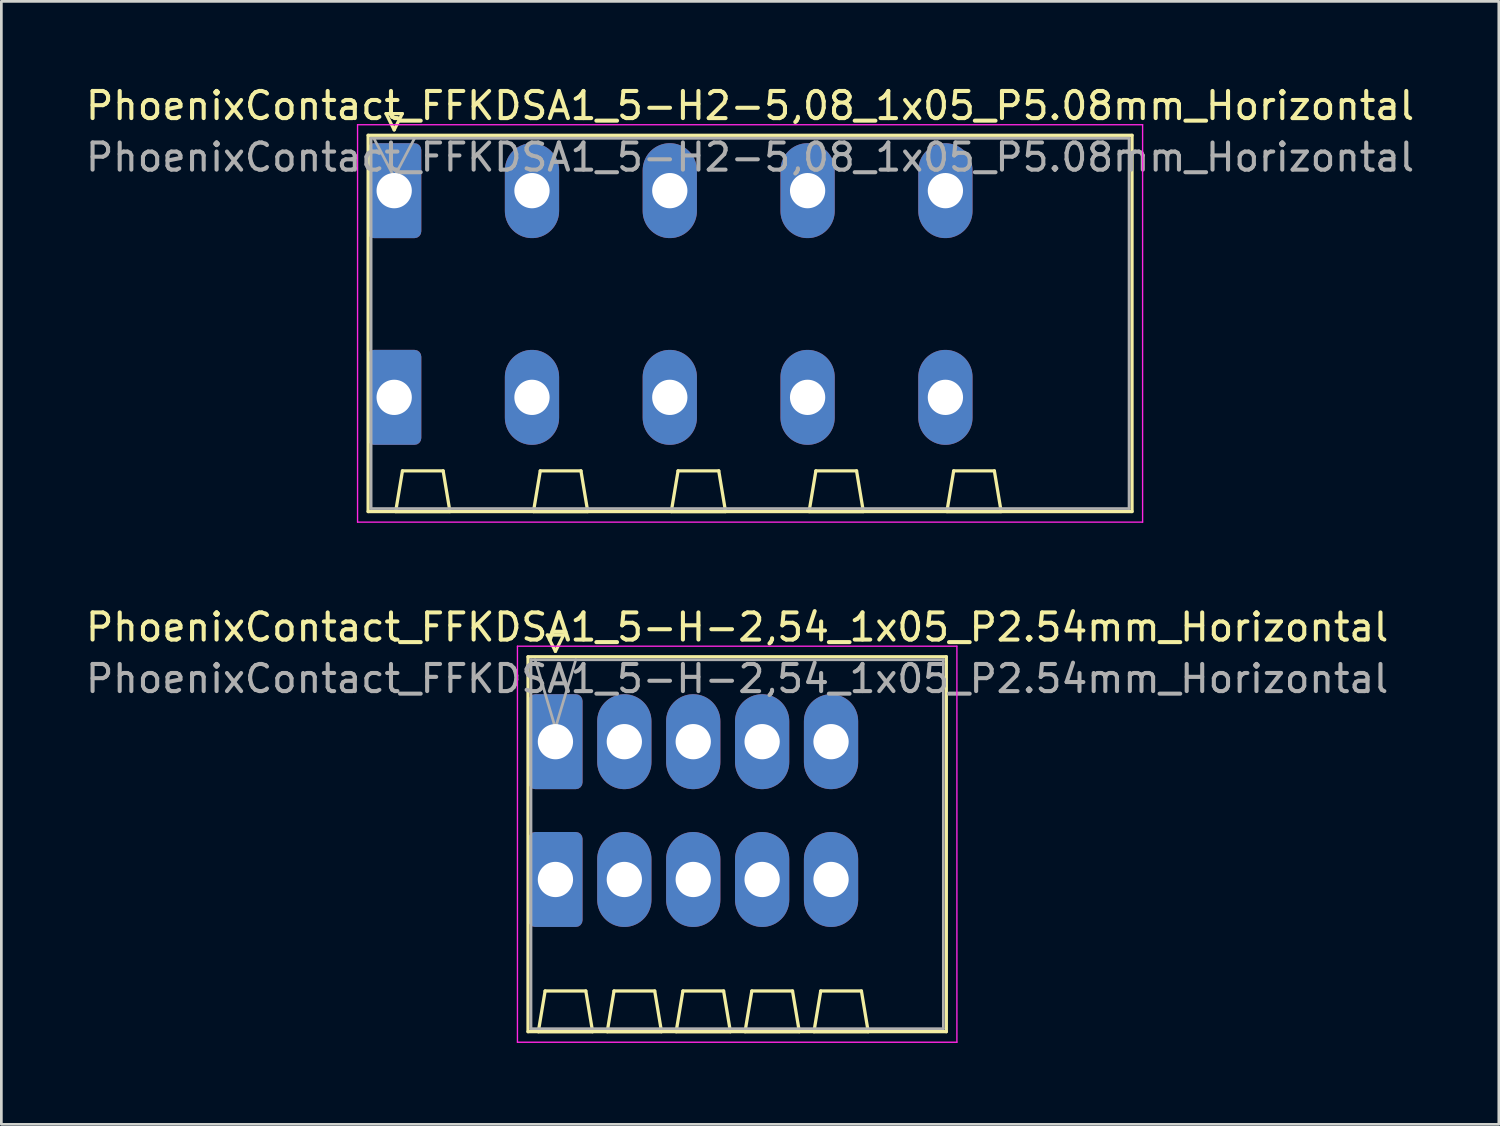
<source format=kicad_pcb>
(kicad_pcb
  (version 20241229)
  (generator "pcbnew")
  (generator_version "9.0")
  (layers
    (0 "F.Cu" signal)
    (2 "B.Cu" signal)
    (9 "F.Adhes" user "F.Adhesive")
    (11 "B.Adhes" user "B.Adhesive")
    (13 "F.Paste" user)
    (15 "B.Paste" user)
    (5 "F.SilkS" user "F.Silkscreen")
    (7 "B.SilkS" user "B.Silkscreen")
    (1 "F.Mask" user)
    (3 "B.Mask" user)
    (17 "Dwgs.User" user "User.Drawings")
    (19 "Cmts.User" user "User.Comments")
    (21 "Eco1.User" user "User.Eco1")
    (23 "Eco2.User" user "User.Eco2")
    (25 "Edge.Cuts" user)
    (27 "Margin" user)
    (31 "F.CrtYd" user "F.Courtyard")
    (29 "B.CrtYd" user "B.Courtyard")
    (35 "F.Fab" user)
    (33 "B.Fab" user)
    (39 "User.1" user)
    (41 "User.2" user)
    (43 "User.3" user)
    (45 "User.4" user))
  (footprint "PhoenixContact_FFKDSA1_5-H-2,54_1x05_P2.54mm_Horizontal"
    (layer "F.Cu")
    (at 17.425 24.291)
    (property "Reference" "PhoenixContact_FFKDSA1_5-H-2,54_1x05_P2.54mm_Horizontal" (at 6.7 -4.22 0) (layer "F.SilkS") (effects (font (size 1 1) (thickness 0.15))))
    (attr through_hole)
    (fp_line (start -1.01 -3.13) (end -1.01 10.69) (stroke (width 0.12) (type solid)) (layer "F.SilkS"))
    (fp_line (start -1.01 10.69) (end 14.41 10.69) (stroke (width 0.12) (type solid)) (layer "F.SilkS"))
    (fp_line (start -0.63 10.69) (end 1.37 10.69) (stroke (width 0.12) (type solid)) (layer "F.SilkS"))
    (fp_line (start -0.38 9.19) (end -0.63 10.69) (stroke (width 0.12) (type solid)) (layer "F.SilkS"))
    (fp_line (start -0.3 -3.93) (end 0.3 -3.93) (stroke (width 0.12) (type solid)) (layer "F.SilkS"))
    (fp_line (start 0 -3.33) (end -0.3 -3.93) (stroke (width 0.12) (type solid)) (layer "F.SilkS"))
    (fp_line (start 0.3 -3.93) (end 0 -3.33) (stroke (width 0.12) (type solid)) (layer "F.SilkS"))
    (fp_line (start 1.12 9.19) (end -0.38 9.19) (stroke (width 0.12) (type solid)) (layer "F.SilkS"))
    (fp_line (start 1.37 10.69) (end 1.12 9.19) (stroke (width 0.12) (type solid)) (layer "F.SilkS"))
    (fp_line (start 1.91 10.69) (end 3.91 10.69) (stroke (width 0.12) (type solid)) (layer "F.SilkS"))
    (fp_line (start 2.16 9.19) (end 1.91 10.69) (stroke (width 0.12) (type solid)) (layer "F.SilkS"))
    (fp_line (start 3.66 9.19) (end 2.16 9.19) (stroke (width 0.12) (type solid)) (layer "F.SilkS"))
    (fp_line (start 3.91 10.69) (end 3.66 9.19) (stroke (width 0.12) (type solid)) (layer "F.SilkS"))
    (fp_line (start 4.45 10.69) (end 6.45 10.69) (stroke (width 0.12) (type solid)) (layer "F.SilkS"))
    (fp_line (start 4.7 9.19) (end 4.45 10.69) (stroke (width 0.12) (type solid)) (layer "F.SilkS"))
    (fp_line (start 6.2 9.19) (end 4.7 9.19) (stroke (width 0.12) (type solid)) (layer "F.SilkS"))
    (fp_line (start 6.45 10.69) (end 6.2 9.19) (stroke (width 0.12) (type solid)) (layer "F.SilkS"))
    (fp_line (start 6.99 10.69) (end 8.99 10.69) (stroke (width 0.12) (type solid)) (layer "F.SilkS"))
    (fp_line (start 7.24 9.19) (end 6.99 10.69) (stroke (width 0.12) (type solid)) (layer "F.SilkS"))
    (fp_line (start 8.74 9.19) (end 7.24 9.19) (stroke (width 0.12) (type solid)) (layer "F.SilkS"))
    (fp_line (start 8.99 10.69) (end 8.74 9.19) (stroke (width 0.12) (type solid)) (layer "F.SilkS"))
    (fp_line (start 9.53 10.69) (end 11.53 10.69) (stroke (width 0.12) (type solid)) (layer "F.SilkS"))
    (fp_line (start 9.78 9.19) (end 9.53 10.69) (stroke (width 0.12) (type solid)) (layer "F.SilkS"))
    (fp_line (start 11.28 9.19) (end 9.78 9.19) (stroke (width 0.12) (type solid)) (layer "F.SilkS"))
    (fp_line (start 11.53 10.69) (end 11.28 9.19) (stroke (width 0.12) (type solid)) (layer "F.SilkS"))
    (fp_line (start 14.41 -3.13) (end -1.01 -3.13) (stroke (width 0.12) (type solid)) (layer "F.SilkS"))
    (fp_line (start 14.41 10.69) (end 14.41 -3.13) (stroke (width 0.12) (type solid)) (layer "F.SilkS"))
    (fp_line (start -1.4 -3.52) (end -1.4 11.08) (stroke (width 0.05) (type solid)) (layer "F.CrtYd"))
    (fp_line (start -1.4 11.08) (end 14.8 11.08) (stroke (width 0.05) (type solid)) (layer "F.CrtYd"))
    (fp_line (start 14.8 -3.52) (end -1.4 -3.52) (stroke (width 0.05) (type solid)) (layer "F.CrtYd"))
    (fp_line (start 14.8 11.08) (end 14.8 -3.52) (stroke (width 0.05) (type solid)) (layer "F.CrtYd"))
    (fp_line (start -0.9 -3.02) (end -0.9 10.58) (stroke (width 0.1) (type solid)) (layer "F.Fab"))
    (fp_line (start -0.9 10.58) (end 14.3 10.58) (stroke (width 0.1) (type solid)) (layer "F.Fab"))
    (fp_line (start 0 -0.5) (end -0.75 -3.02) (stroke (width 0.1) (type solid)) (layer "F.Fab"))
    (fp_line (start 0.75 -3.02) (end 0 -0.5) (stroke (width 0.1) (type solid)) (layer "F.Fab"))
    (fp_line (start 14.3 -3.02) (end -0.9 -3.02) (stroke (width 0.1) (type solid)) (layer "F.Fab"))
    (fp_line (start 14.3 10.58) (end 14.3 -3.02) (stroke (width 0.1) (type solid)) (layer "F.Fab"))
    (fp_text user "${REFERENCE}" (at 6.7 -2.32 0) (layer "F.Fab") (effects (font (size 1 1) (thickness 0.15))))
    (pad "1" thru_hole roundrect (at 0 0) (size 2 3.5) (drill 1.3) (layers "*.Cu" "*.Mask") (roundrect_rratio 0.125))
    (pad "1" thru_hole roundrect (at 0 5.08) (size 2 3.5) (drill 1.3) (layers "*.Cu" "*.Mask") (roundrect_rratio 0.125))
    (pad "2" thru_hole oval (at 2.54 0) (size 2 3.5) (drill 1.3) (layers "*.Cu" "*.Mask"))
    (pad "2" thru_hole oval (at 2.54 5.08) (size 2 3.5) (drill 1.3) (layers "*.Cu" "*.Mask"))
    (pad "3" thru_hole oval (at 5.08 0) (size 2 3.5) (drill 1.3) (layers "*.Cu" "*.Mask"))
    (pad "3" thru_hole oval (at 5.08 5.08) (size 2 3.5) (drill 1.3) (layers "*.Cu" "*.Mask"))
    (pad "4" thru_hole oval (at 7.62 0) (size 2 3.5) (drill 1.3) (layers "*.Cu" "*.Mask"))
    (pad "4" thru_hole oval (at 7.62 5.08) (size 2 3.5) (drill 1.3) (layers "*.Cu" "*.Mask"))
    (pad "5" thru_hole oval (at 10.16 0) (size 2 3.5) (drill 1.3) (layers "*.Cu" "*.Mask"))
    (pad "5" thru_hole oval (at 10.16 5.08) (size 2 3.5) (drill 1.3) (layers "*.Cu" "*.Mask")))
  (footprint "PhoenixContact_FFKDSA1_5-H2-5,08_1x05_P5.08mm_Horizontal"
    (layer "F.Cu")
    (at 11.481 3.978)
    (property "Reference" "PhoenixContact_FFKDSA1_5-H2-5,08_1x05_P5.08mm_Horizontal" (at 13.12 -3.13 0) (layer "F.SilkS") (effects (font (size 1 1) (thickness 0.15))))
    (attr through_hole)
    (fp_line (start -0.96 -2.04) (end -0.96 11.83) (stroke (width 0.12) (type solid)) (layer "F.SilkS"))
    (fp_line (start -0.96 11.83) (end 27.2 11.83) (stroke (width 0.12) (type solid)) (layer "F.SilkS"))
    (fp_line (start -0.3 -2.84) (end 0.3 -2.84) (stroke (width 0.12) (type solid)) (layer "F.SilkS"))
    (fp_line (start 0 -2.24) (end -0.3 -2.84) (stroke (width 0.12) (type solid)) (layer "F.SilkS"))
    (fp_line (start 0.055 11.83) (end 2.055 11.83) (stroke (width 0.12) (type solid)) (layer "F.SilkS"))
    (fp_line (start 0.3 -2.84) (end 0 -2.24) (stroke (width 0.12) (type solid)) (layer "F.SilkS"))
    (fp_line (start 0.305 10.33) (end 0.055 11.83) (stroke (width 0.12) (type solid)) (layer "F.SilkS"))
    (fp_line (start 1.805 10.33) (end 0.305 10.33) (stroke (width 0.12) (type solid)) (layer "F.SilkS"))
    (fp_line (start 2.055 11.83) (end 1.805 10.33) (stroke (width 0.12) (type solid)) (layer "F.SilkS"))
    (fp_line (start 5.135 11.83) (end 7.135 11.83) (stroke (width 0.12) (type solid)) (layer "F.SilkS"))
    (fp_line (start 5.385 10.33) (end 5.135 11.83) (stroke (width 0.12) (type solid)) (layer "F.SilkS"))
    (fp_line (start 6.885 10.33) (end 5.385 10.33) (stroke (width 0.12) (type solid)) (layer "F.SilkS"))
    (fp_line (start 7.135 11.83) (end 6.885 10.33) (stroke (width 0.12) (type solid)) (layer "F.SilkS"))
    (fp_line (start 10.215 11.83) (end 12.215 11.83) (stroke (width 0.12) (type solid)) (layer "F.SilkS"))
    (fp_line (start 10.465 10.33) (end 10.215 11.83) (stroke (width 0.12) (type solid)) (layer "F.SilkS"))
    (fp_line (start 11.965 10.33) (end 10.465 10.33) (stroke (width 0.12) (type solid)) (layer "F.SilkS"))
    (fp_line (start 12.215 11.83) (end 11.965 10.33) (stroke (width 0.12) (type solid)) (layer "F.SilkS"))
    (fp_line (start 15.295 11.83) (end 17.295 11.83) (stroke (width 0.12) (type solid)) (layer "F.SilkS"))
    (fp_line (start 15.545 10.33) (end 15.295 11.83) (stroke (width 0.12) (type solid)) (layer "F.SilkS"))
    (fp_line (start 17.045 10.33) (end 15.545 10.33) (stroke (width 0.12) (type solid)) (layer "F.SilkS"))
    (fp_line (start 17.295 11.83) (end 17.045 10.33) (stroke (width 0.12) (type solid)) (layer "F.SilkS"))
    (fp_line (start 20.375 11.83) (end 22.375 11.83) (stroke (width 0.12) (type solid)) (layer "F.SilkS"))
    (fp_line (start 20.625 10.33) (end 20.375 11.83) (stroke (width 0.12) (type solid)) (layer "F.SilkS"))
    (fp_line (start 22.125 10.33) (end 20.625 10.33) (stroke (width 0.12) (type solid)) (layer "F.SilkS"))
    (fp_line (start 22.375 11.83) (end 22.125 10.33) (stroke (width 0.12) (type solid)) (layer "F.SilkS"))
    (fp_line (start 27.2 -2.04) (end -0.96 -2.04) (stroke (width 0.12) (type solid)) (layer "F.SilkS"))
    (fp_line (start 27.2 11.83) (end 27.2 -2.04) (stroke (width 0.12) (type solid)) (layer "F.SilkS"))
    (fp_line (start -1.35 -2.43) (end -1.35 12.22) (stroke (width 0.05) (type solid)) (layer "F.CrtYd"))
    (fp_line (start -1.35 12.22) (end 27.59 12.22) (stroke (width 0.05) (type solid)) (layer "F.CrtYd"))
    (fp_line (start 27.59 -2.43) (end -1.35 -2.43) (stroke (width 0.05) (type solid)) (layer "F.CrtYd"))
    (fp_line (start 27.59 12.22) (end 27.59 -2.43) (stroke (width 0.05) (type solid)) (layer "F.CrtYd"))
    (fp_line (start -0.85 -1.93) (end -0.85 11.72) (stroke (width 0.1) (type solid)) (layer "F.Fab"))
    (fp_line (start -0.85 11.72) (end 27.09 11.72) (stroke (width 0.1) (type solid)) (layer "F.Fab"))
    (fp_line (start 0 -0.5) (end -0.75 -1.93) (stroke (width 0.1) (type solid)) (layer "F.Fab"))
    (fp_line (start 0.75 -1.93) (end 0 -0.5) (stroke (width 0.1) (type solid)) (layer "F.Fab"))
    (fp_line (start 27.09 -1.93) (end -0.85 -1.93) (stroke (width 0.1) (type solid)) (layer "F.Fab"))
    (fp_line (start 27.09 11.72) (end 27.09 -1.93) (stroke (width 0.1) (type solid)) (layer "F.Fab"))
    (fp_text user "${REFERENCE}" (at 13.12 -1.23 0) (layer "F.Fab") (effects (font (size 1 1) (thickness 0.15))))
    (pad "1" thru_hole roundrect (at 0 0) (size 2 3.5) (drill 1.3) (layers "*.Cu" "*.Mask") (roundrect_rratio 0.125))
    (pad "1" thru_hole roundrect (at 0 7.62) (size 2 3.5) (drill 1.3) (layers "*.Cu" "*.Mask") (roundrect_rratio 0.125))
    (pad "2" thru_hole oval (at 5.08 0) (size 2 3.5) (drill 1.3) (layers "*.Cu" "*.Mask"))
    (pad "2" thru_hole oval (at 5.08 7.62) (size 2 3.5) (drill 1.3) (layers "*.Cu" "*.Mask"))
    (pad "3" thru_hole oval (at 10.16 0) (size 2 3.5) (drill 1.3) (layers "*.Cu" "*.Mask"))
    (pad "3" thru_hole oval (at 10.16 7.62) (size 2 3.5) (drill 1.3) (layers "*.Cu" "*.Mask"))
    (pad "4" thru_hole oval (at 15.24 0) (size 2 3.5) (drill 1.3) (layers "*.Cu" "*.Mask"))
    (pad "4" thru_hole oval (at 15.24 7.62) (size 2 3.5) (drill 1.3) (layers "*.Cu" "*.Mask"))
    (pad "5" thru_hole oval (at 20.32 0) (size 2 3.5) (drill 1.3) (layers "*.Cu" "*.Mask"))
    (pad "5" thru_hole oval (at 20.32 7.62) (size 2 3.5) (drill 1.3) (layers "*.Cu" "*.Mask")))
  (gr_rect
    (start -3 -3)
    (end 52.202 38.397)
    (stroke (width 0.1) (type default))
    (fill no)
    (layer "Edge.Cuts")))
</source>
